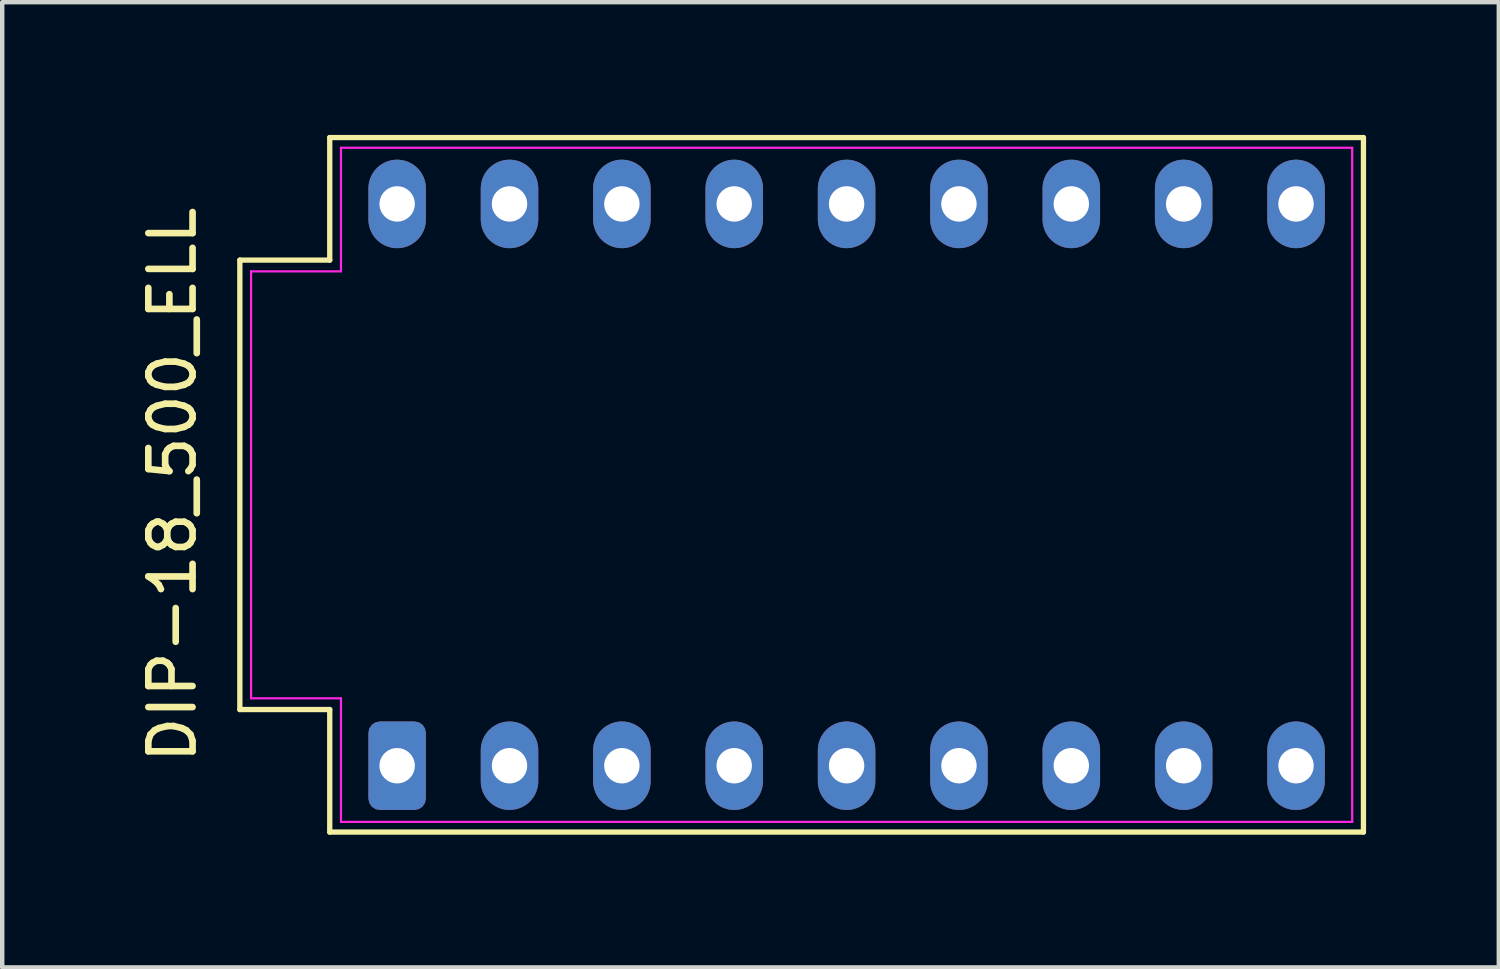
<source format=kicad_pcb>
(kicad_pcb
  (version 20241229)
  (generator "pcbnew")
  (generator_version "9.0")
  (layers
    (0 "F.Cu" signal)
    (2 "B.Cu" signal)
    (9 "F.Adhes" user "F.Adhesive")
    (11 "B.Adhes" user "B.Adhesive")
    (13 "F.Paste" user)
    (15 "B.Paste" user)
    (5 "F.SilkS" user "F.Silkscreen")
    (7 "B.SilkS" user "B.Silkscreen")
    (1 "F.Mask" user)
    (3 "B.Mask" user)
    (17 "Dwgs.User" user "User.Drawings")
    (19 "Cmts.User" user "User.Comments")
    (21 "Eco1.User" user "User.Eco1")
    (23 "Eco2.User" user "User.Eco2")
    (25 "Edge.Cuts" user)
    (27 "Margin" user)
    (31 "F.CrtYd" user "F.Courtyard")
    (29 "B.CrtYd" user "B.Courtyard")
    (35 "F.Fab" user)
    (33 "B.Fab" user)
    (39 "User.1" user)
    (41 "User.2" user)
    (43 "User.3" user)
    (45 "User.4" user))
  (footprint "DIP-18_500_ELL"
    (layer "F.Cu")
    (at 16.088 7.91)
    (property "Reference" "DIP-18_500_ELL" (at -15.24 0 90) (unlocked yes) (layer "F.SilkS") (effects (font (size 1 1) (thickness 0.15))))
    (attr through_hole)
    (fp_line (start -13.716 -5.08) (end -13.716 5.08) (stroke (width 0.12) (type default)) (layer "F.SilkS"))
    (fp_line (start -13.716 5.08) (end -11.684 5.08) (stroke (width 0.12) (type default)) (layer "F.SilkS"))
    (fp_line (start -11.684 -7.85) (end -11.684 -5.08) (stroke (width 0.12) (type default)) (layer "F.SilkS"))
    (fp_line (start -11.684 -5.08) (end -13.716 -5.08) (stroke (width 0.12) (type default)) (layer "F.SilkS"))
    (fp_line (start -11.684 5.08) (end -11.684 7.85) (stroke (width 0.12) (type default)) (layer "F.SilkS"))
    (fp_line (start -11.684 7.85) (end 11.684 7.85) (stroke (width 0.12) (type default)) (layer "F.SilkS"))
    (fp_line (start 11.684 -7.85) (end -11.684 -7.85) (stroke (width 0.12) (type default)) (layer "F.SilkS"))
    (fp_line (start 11.684 7.85) (end 11.684 -7.85) (stroke (width 0.12) (type default)) (layer "F.SilkS"))
    (fp_line (start -13.462 -4.826) (end -11.43 -4.826) (stroke (width 0.05) (type default)) (layer "F.CrtYd"))
    (fp_line (start -13.462 4.826) (end -13.462 -4.826) (stroke (width 0.05) (type default)) (layer "F.CrtYd"))
    (fp_line (start -11.43 -7.62) (end 11.43 -7.62) (stroke (width 0.05) (type default)) (layer "F.CrtYd"))
    (fp_line (start -11.43 -4.826) (end -11.43 -7.62) (stroke (width 0.05) (type default)) (layer "F.CrtYd"))
    (fp_line (start -11.43 4.826) (end -13.462 4.826) (stroke (width 0.05) (type default)) (layer "F.CrtYd"))
    (fp_line (start -11.43 7.62) (end -11.43 4.826) (stroke (width 0.05) (type default)) (layer "F.CrtYd"))
    (fp_line (start 11.43 -7.62) (end 11.43 7.62) (stroke (width 0.05) (type default)) (layer "F.CrtYd"))
    (fp_line (start 11.43 7.62) (end -11.43 7.62) (stroke (width 0.05) (type default)) (layer "F.CrtYd"))
    (pad "1" thru_hole roundrect (at -10.16 6.35) (size 1.3 2) (drill 0.8) (layers "*.Cu" "*.Mask") (roundrect_rratio 0.2))
    (pad "2" thru_hole oval (at -7.62 6.35) (size 1.3 2) (drill 0.8) (layers "*.Cu" "*.Mask"))
    (pad "3" thru_hole oval (at -5.08 6.35) (size 1.3 2) (drill 0.8) (layers "*.Cu" "*.Mask"))
    (pad "4" thru_hole oval (at -2.54 6.35) (size 1.3 2) (drill 0.8) (layers "*.Cu" "*.Mask"))
    (pad "5" thru_hole oval (at 0 6.35) (size 1.3 2) (drill 0.8) (layers "*.Cu" "*.Mask"))
    (pad "6" thru_hole oval (at 2.54 6.35) (size 1.3 2) (drill 0.8) (layers "*.Cu" "*.Mask"))
    (pad "7" thru_hole oval (at 5.08 6.35) (size 1.3 2) (drill 0.8) (layers "*.Cu" "*.Mask"))
    (pad "8" thru_hole oval (at 7.62 6.35) (size 1.3 2) (drill 0.8) (layers "*.Cu" "*.Mask"))
    (pad "9" thru_hole oval (at 10.16 6.35) (size 1.3 2) (drill 0.8) (layers "*.Cu" "*.Mask"))
    (pad "10" thru_hole oval (at 10.16 -6.35) (size 1.3 2) (drill 0.8) (layers "*.Cu" "*.Mask"))
    (pad "11" thru_hole oval (at 7.62 -6.35) (size 1.3 2) (drill 0.8) (layers "*.Cu" "*.Mask"))
    (pad "12" thru_hole oval (at 5.08 -6.35) (size 1.3 2) (drill 0.8) (layers "*.Cu" "*.Mask"))
    (pad "13" thru_hole oval (at 2.54 -6.35) (size 1.3 2) (drill 0.8) (layers "*.Cu" "*.Mask"))
    (pad "14" thru_hole oval (at 0 -6.35) (size 1.3 2) (drill 0.8) (layers "*.Cu" "*.Mask"))
    (pad "15" thru_hole oval (at -2.54 -6.35) (size 1.3 2) (drill 0.8) (layers "*.Cu" "*.Mask"))
    (pad "16" thru_hole oval (at -5.08 -6.35) (size 1.3 2) (drill 0.8) (layers "*.Cu" "*.Mask"))
    (pad "17" thru_hole oval (at -7.62 -6.35) (size 1.3 2) (drill 0.8) (layers "*.Cu" "*.Mask"))
    (pad "18" thru_hole oval (at -10.16 -6.35) (size 1.3 2) (drill 0.8) (layers "*.Cu" "*.Mask")))
  (gr_rect
    (start -3 -3)
    (end 30.832 18.82)
    (stroke (width 0.1) (type default))
    (fill no)
    (layer "Edge.Cuts")))
</source>
